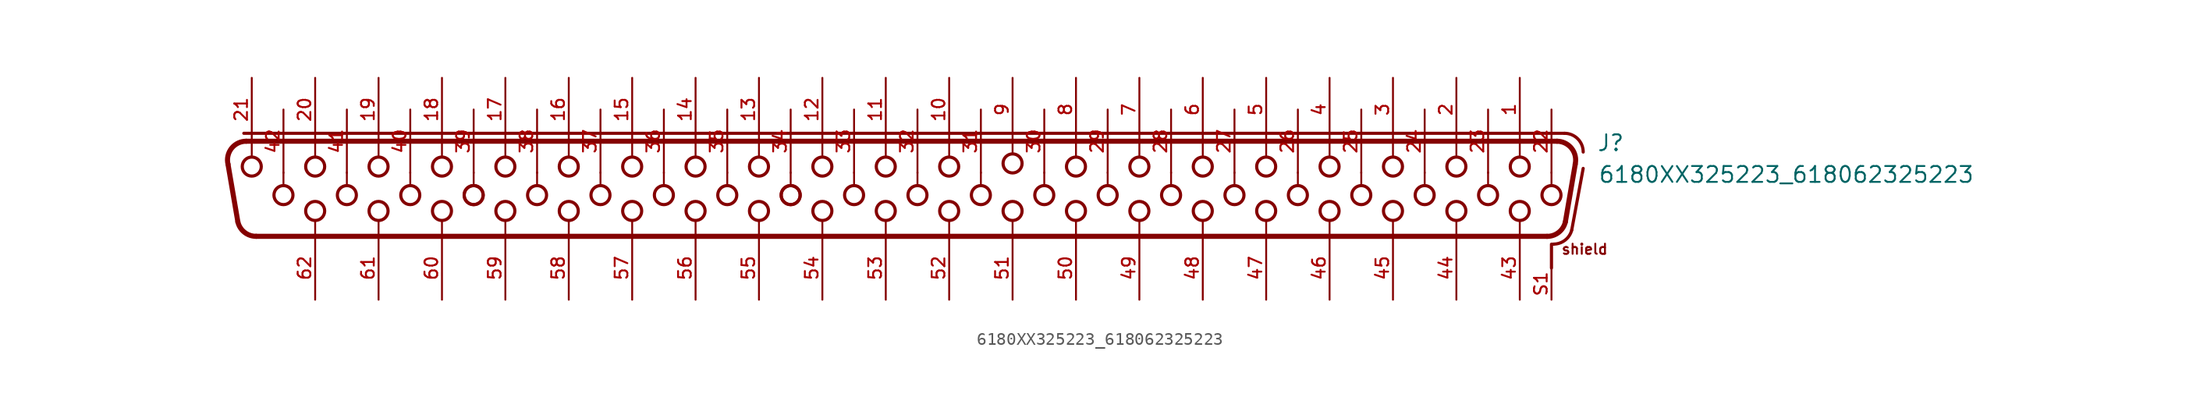
<source format=kicad_sym>
(kicad_symbol_lib
  (version 20241209)
  (generator "kicad_symbol_editor")
  (generator_version "9.0")
  (symbol "6180XX325223_618062325223"
    (pin_names
      (offset 1.016))
    (property "Reference" "J"
      (at 56.96 1.66 0)
      (effects (font (size 1.27 1.27)) (justify left bottom)))
    (property "Value" "6180XX325223_618062325223"
      (at 57.06 -0.88 0)
      (effects (font (size 1.27 1.27)) (justify left bottom)))
    (symbol "6180XX325223_618062325223_0_0"
      (polyline (pts (xy -51.913 -3.925) (xy -52.704 0.695)) (stroke (width 0.406) (type default)) (fill (type none)))
      (polyline (pts (xy -51.435 3.175) (xy 54.38 3.175)) (stroke (width 0.254) (type default)) (fill (type none)))
      (polyline (pts (xy -51.244 2.54) (xy 53.784 2.54)) (stroke (width 0.406) (type default)) (fill (type none)))
      (arc (start -52.7042 0.6952) (mid -52.4206 1.9708) (end -51.2444 2.54) (stroke (width 0.4064) (type default)) (fill (type none)))
      (polyline (pts (xy -50.8 2.58) (xy -50.8 1.3)) (stroke (width 0.152) (type default)) (fill (type none)))
      (circle (center -50.8 0.508) (radius 0.762) (stroke (width 0.254) (type default)) (fill (type none)))
      (arc (start -50.4531 -5.08) (mid -51.3839 -4.7562) (end -51.9129 -3.9248) (stroke (width 0.4064) (type default)) (fill (type none)))
      (polyline (pts (xy -48.26 0.04) (xy -48.26 -1.04)) (stroke (width 0.152) (type default)) (fill (type none)))
      (circle (center -48.26 -1.778) (radius 0.762) (stroke (width 0.254) (type default)) (fill (type none)))
      (polyline (pts (xy -45.72 2.58) (xy -45.72 1.3)) (stroke (width 0.152) (type default)) (fill (type none)))
      (circle (center -45.72 0.508) (radius 0.762) (stroke (width 0.254) (type default)) (fill (type none)))
      (circle (center -45.72 -3.048) (radius 0.762) (stroke (width 0.254) (type default)) (fill (type none)))
      (polyline (pts (xy -45.72 -5.12) (xy -45.72 -3.84)) (stroke (width 0.152) (type default)) (fill (type none)))
      (polyline (pts (xy -43.18 0.04) (xy -43.18 -1.04)) (stroke (width 0.152) (type default)) (fill (type none)))
      (circle (center -43.18 -1.778) (radius 0.762) (stroke (width 0.254) (type default)) (fill (type none)))
      (polyline (pts (xy -40.64 2.58) (xy -40.64 1.3)) (stroke (width 0.152) (type default)) (fill (type none)))
      (circle (center -40.64 0.508) (radius 0.762) (stroke (width 0.254) (type default)) (fill (type none)))
      (circle (center -40.64 -3.048) (radius 0.762) (stroke (width 0.254) (type default)) (fill (type none)))
      (polyline (pts (xy -40.64 -5.12) (xy -40.64 -3.84)) (stroke (width 0.152) (type default)) (fill (type none)))
      (polyline (pts (xy -38.1 0.04) (xy -38.1 -1.04)) (stroke (width 0.152) (type default)) (fill (type none)))
      (circle (center -38.1 -1.778) (radius 0.762) (stroke (width 0.254) (type default)) (fill (type none)))
      (polyline (pts (xy -35.56 2.58) (xy -35.56 1.3)) (stroke (width 0.152) (type default)) (fill (type none)))
      (circle (center -35.56 0.508) (radius 0.762) (stroke (width 0.254) (type default)) (fill (type none)))
      (circle (center -35.56 -3.048) (radius 0.762) (stroke (width 0.254) (type default)) (fill (type none)))
      (polyline (pts (xy -35.56 -5.12) (xy -35.56 -3.84)) (stroke (width 0.152) (type default)) (fill (type none)))
      (polyline (pts (xy -33.02 0.04) (xy -33.02 -1.04)) (stroke (width 0.152) (type default)) (fill (type none)))
      (circle (center -33.02 -1.778) (radius 0.762) (stroke (width 0.254) (type default)) (fill (type none)))
      (circle (center -33.02 -1.778) (radius 0.762) (stroke (width 0.254) (type default)) (fill (type none)))
      (polyline (pts (xy -30.48 2.58) (xy -30.48 1.3)) (stroke (width 0.152) (type default)) (fill (type none)))
      (circle (center -30.48 0.508) (radius 0.762) (stroke (width 0.254) (type default)) (fill (type none)))
      (circle (center -30.48 -3.048) (radius 0.762) (stroke (width 0.254) (type default)) (fill (type none)))
      (polyline (pts (xy -30.48 -5.12) (xy -30.48 -3.84)) (stroke (width 0.152) (type default)) (fill (type none)))
      (polyline (pts (xy -27.94 0.04) (xy -27.94 -1.04)) (stroke (width 0.152) (type default)) (fill (type none)))
      (circle (center -27.94 -1.778) (radius 0.762) (stroke (width 0.254) (type default)) (fill (type none)))
      (polyline (pts (xy -25.4 2.58) (xy -25.4 1.3)) (stroke (width 0.152) (type default)) (fill (type none)))
      (circle (center -25.4 0.508) (radius 0.762) (stroke (width 0.254) (type default)) (fill (type none)))
      (circle (center -25.4 -3.048) (radius 0.762) (stroke (width 0.254) (type default)) (fill (type none)))
      (polyline (pts (xy -25.4 -5.12) (xy -25.4 -3.84)) (stroke (width 0.152) (type default)) (fill (type none)))
      (polyline (pts (xy -22.86 0.04) (xy -22.86 -1.04)) (stroke (width 0.152) (type default)) (fill (type none)))
      (circle (center -22.86 -1.778) (radius 0.762) (stroke (width 0.254) (type default)) (fill (type none)))
      (polyline (pts (xy -20.32 2.58) (xy -20.32 1.3)) (stroke (width 0.152) (type default)) (fill (type none)))
      (circle (center -20.32 0.508) (radius 0.762) (stroke (width 0.254) (type default)) (fill (type none)))
      (circle (center -20.32 -3.048) (radius 0.762) (stroke (width 0.254) (type default)) (fill (type none)))
      (polyline (pts (xy -20.32 -5.12) (xy -20.32 -3.84)) (stroke (width 0.152) (type default)) (fill (type none)))
      (polyline (pts (xy -17.78 0.04) (xy -17.78 -1.04)) (stroke (width 0.152) (type default)) (fill (type none)))
      (circle (center -17.78 -1.778) (radius 0.762) (stroke (width 0.254) (type default)) (fill (type none)))
      (polyline (pts (xy -15.24 2.58) (xy -15.24 1.3)) (stroke (width 0.152) (type default)) (fill (type none)))
      (circle (center -15.24 0.508) (radius 0.762) (stroke (width 0.254) (type default)) (fill (type none)))
      (circle (center -15.24 -3.048) (radius 0.762) (stroke (width 0.254) (type default)) (fill (type none)))
      (polyline (pts (xy -15.24 -5.12) (xy -15.24 -3.84)) (stroke (width 0.152) (type default)) (fill (type none)))
      (polyline (pts (xy -12.7 0.04) (xy -12.7 -1.04)) (stroke (width 0.152) (type default)) (fill (type none)))
      (circle (center -12.7 -1.778) (radius 0.762) (stroke (width 0.254) (type default)) (fill (type none)))
      (polyline (pts (xy -10.16 2.58) (xy -10.16 1.3)) (stroke (width 0.152) (type default)) (fill (type none)))
      (circle (center -10.16 0.508) (radius 0.762) (stroke (width 0.254) (type default)) (fill (type none)))
      (circle (center -10.16 -3.048) (radius 0.762) (stroke (width 0.254) (type default)) (fill (type none)))
      (polyline (pts (xy -10.16 -5.12) (xy -10.16 -3.84)) (stroke (width 0.152) (type default)) (fill (type none)))
      (polyline (pts (xy -7.62 0.04) (xy -7.62 -1.04)) (stroke (width 0.152) (type default)) (fill (type none)))
      (circle (center -7.62 -1.778) (radius 0.762) (stroke (width 0.254) (type default)) (fill (type none)))
      (circle (center -7.62 -1.778) (radius 0.762) (stroke (width 0.254) (type default)) (fill (type none)))
      (polyline (pts (xy -5.08 2.58) (xy -5.08 1.3)) (stroke (width 0.152) (type default)) (fill (type none)))
      (circle (center -5.08 0.508) (radius 0.762) (stroke (width 0.254) (type default)) (fill (type none)))
      (circle (center -5.08 -3.048) (radius 0.762) (stroke (width 0.254) (type default)) (fill (type none)))
      (polyline (pts (xy -5.08 -5.12) (xy -5.08 -3.84)) (stroke (width 0.152) (type default)) (fill (type none)))
      (polyline (pts (xy -2.54 0.04) (xy -2.54 -1.04)) (stroke (width 0.152) (type default)) (fill (type none)))
      (circle (center -2.54 -1.778) (radius 0.762) (stroke (width 0.254) (type default)) (fill (type none)))
      (polyline (pts (xy 0 2.58) (xy 0 1.3)) (stroke (width 0.152) (type default)) (fill (type none)))
      (circle (center 0 0.508) (radius 0.762) (stroke (width 0.254) (type default)) (fill (type none)))
      (circle (center 0 -3.048) (radius 0.762) (stroke (width 0.254) (type default)) (fill (type none)))
      (polyline (pts (xy 0 -5.12) (xy 0 -3.84)) (stroke (width 0.152) (type default)) (fill (type none)))
      (polyline (pts (xy 2.54 0.04) (xy 2.54 -1.04)) (stroke (width 0.152) (type default)) (fill (type none)))
      (circle (center 2.54 -1.778) (radius 0.762) (stroke (width 0.254) (type default)) (fill (type none)))
      (polyline (pts (xy 5.08 2.58) (xy 5.08 1.3)) (stroke (width 0.152) (type default)) (fill (type none)))
      (circle (center 5.08 0.508) (radius 0.762) (stroke (width 0.254) (type default)) (fill (type none)))
      (circle (center 5.08 -3.048) (radius 0.762) (stroke (width 0.254) (type default)) (fill (type none)))
      (polyline (pts (xy 5.08 -5.12) (xy 5.08 -3.84)) (stroke (width 0.152) (type default)) (fill (type none)))
      (polyline (pts (xy 7.62 0.04) (xy 7.62 -1.04)) (stroke (width 0.152) (type default)) (fill (type none)))
      (circle (center 7.62 -1.778) (radius 0.762) (stroke (width 0.254) (type default)) (fill (type none)))
      (polyline (pts (xy 10.16 2.58) (xy 10.16 1.5)) (stroke (width 0.152) (type default)) (fill (type none)))
      (circle (center 10.16 0.762) (radius 0.762) (stroke (width 0.254) (type default)) (fill (type none)))
      (circle (center 10.16 -3.048) (radius 0.762) (stroke (width 0.254) (type default)) (fill (type none)))
      (polyline (pts (xy 10.16 -5.12) (xy 10.16 -3.84)) (stroke (width 0.152) (type default)) (fill (type none)))
      (polyline (pts (xy 12.7 0.04) (xy 12.7 -1.04)) (stroke (width 0.152) (type default)) (fill (type none)))
      (circle (center 12.7 -1.778) (radius 0.762) (stroke (width 0.254) (type default)) (fill (type none)))
      (polyline (pts (xy 15.24 2.58) (xy 15.24 1.3)) (stroke (width 0.152) (type default)) (fill (type none)))
      (circle (center 15.24 0.508) (radius 0.762) (stroke (width 0.254) (type default)) (fill (type none)))
      (circle (center 15.24 -3.048) (radius 0.762) (stroke (width 0.254) (type default)) (fill (type none)))
      (polyline (pts (xy 15.24 -5.12) (xy 15.24 -3.84)) (stroke (width 0.152) (type default)) (fill (type none)))
      (polyline (pts (xy 17.78 0.04) (xy 17.78 -1.04)) (stroke (width 0.152) (type default)) (fill (type none)))
      (circle (center 17.78 -1.778) (radius 0.762) (stroke (width 0.254) (type default)) (fill (type none)))
      (polyline (pts (xy 20.32 2.58) (xy 20.32 1.3)) (stroke (width 0.152) (type default)) (fill (type none)))
      (circle (center 20.32 0.508) (radius 0.762) (stroke (width 0.254) (type default)) (fill (type none)))
      (circle (center 20.32 -3.048) (radius 0.762) (stroke (width 0.254) (type default)) (fill (type none)))
      (polyline (pts (xy 20.32 -5.12) (xy 20.32 -3.84)) (stroke (width 0.152) (type default)) (fill (type none)))
      (polyline (pts (xy 22.86 0.04) (xy 22.86 -1.04)) (stroke (width 0.152) (type default)) (fill (type none)))
      (circle (center 22.86 -1.778) (radius 0.762) (stroke (width 0.254) (type default)) (fill (type none)))
      (polyline (pts (xy 25.4 2.58) (xy 25.4 1.3)) (stroke (width 0.152) (type default)) (fill (type none)))
      (circle (center 25.4 0.508) (radius 0.762) (stroke (width 0.254) (type default)) (fill (type none)))
      (circle (center 25.4 -3.048) (radius 0.762) (stroke (width 0.254) (type default)) (fill (type none)))
      (polyline (pts (xy 25.4 -5.12) (xy 25.4 -3.84)) (stroke (width 0.152) (type default)) (fill (type none)))
      (polyline (pts (xy 27.94 0.04) (xy 27.94 -1.04)) (stroke (width 0.152) (type default)) (fill (type none)))
      (circle (center 27.94 -1.778) (radius 0.762) (stroke (width 0.254) (type default)) (fill (type none)))
      (polyline (pts (xy 30.48 2.58) (xy 30.48 1.3)) (stroke (width 0.152) (type default)) (fill (type none)))
      (circle (center 30.48 0.508) (radius 0.762) (stroke (width 0.254) (type default)) (fill (type none)))
      (circle (center 30.48 -3.048) (radius 0.762) (stroke (width 0.254) (type default)) (fill (type none)))
      (polyline (pts (xy 30.48 -5.12) (xy 30.48 -3.84)) (stroke (width 0.152) (type default)) (fill (type none)))
      (polyline (pts (xy 33.02 0.04) (xy 33.02 -1.04)) (stroke (width 0.152) (type default)) (fill (type none)))
      (circle (center 33.02 -1.778) (radius 0.762) (stroke (width 0.254) (type default)) (fill (type none)))
      (polyline (pts (xy 35.56 2.58) (xy 35.56 1.3)) (stroke (width 0.152) (type default)) (fill (type none)))
      (circle (center 35.56 0.508) (radius 0.762) (stroke (width 0.254) (type default)) (fill (type none)))
      (circle (center 35.56 -3.048) (radius 0.762) (stroke (width 0.254) (type default)) (fill (type none)))
      (polyline (pts (xy 35.56 -5.12) (xy 35.56 -3.84)) (stroke (width 0.152) (type default)) (fill (type none)))
      (polyline (pts (xy 38.1 0.04) (xy 38.1 -1.04)) (stroke (width 0.152) (type default)) (fill (type none)))
      (circle (center 38.1 -1.778) (radius 0.762) (stroke (width 0.254) (type default)) (fill (type none)))
      (polyline (pts (xy 40.64 2.58) (xy 40.64 1.3)) (stroke (width 0.152) (type default)) (fill (type none)))
      (circle (center 40.64 0.508) (radius 0.762) (stroke (width 0.254) (type default)) (fill (type none)))
      (circle (center 40.64 -3.048) (radius 0.762) (stroke (width 0.254) (type default)) (fill (type none)))
      (polyline (pts (xy 40.64 -5.12) (xy 40.64 -3.84)) (stroke (width 0.152) (type default)) (fill (type none)))
      (polyline (pts (xy 43.18 0.04) (xy 43.18 -1.04)) (stroke (width 0.152) (type default)) (fill (type none)))
      (circle (center 43.18 -1.778) (radius 0.762) (stroke (width 0.254) (type default)) (fill (type none)))
      (polyline (pts (xy 45.72 2.58) (xy 45.72 1.3)) (stroke (width 0.152) (type default)) (fill (type none)))
      (circle (center 45.72 0.508) (radius 0.762) (stroke (width 0.254) (type default)) (fill (type none)))
      (circle (center 45.72 -3.048) (radius 0.762) (stroke (width 0.254) (type default)) (fill (type none)))
      (polyline (pts (xy 45.72 -5.12) (xy 45.72 -3.84)) (stroke (width 0.152) (type default)) (fill (type none)))
      (polyline (pts (xy 48.26 0.04) (xy 48.26 -1.04)) (stroke (width 0.152) (type default)) (fill (type none)))
      (circle (center 48.26 -1.778) (radius 0.762) (stroke (width 0.254) (type default)) (fill (type none)))
      (polyline (pts (xy 50.8 2.58) (xy 50.8 1.3)) (stroke (width 0.152) (type default)) (fill (type none)))
      (circle (center 50.8 0.508) (radius 0.762) (stroke (width 0.254) (type default)) (fill (type none)))
      (circle (center 50.8 -3.048) (radius 0.762) (stroke (width 0.254) (type default)) (fill (type none)))
      (polyline (pts (xy 50.8 -5.12) (xy 50.8 -3.84)) (stroke (width 0.152) (type default)) (fill (type none)))
      (polyline (pts (xy 52.993 -5.08) (xy -50.453 -5.08)) (stroke (width 0.406) (type default)) (fill (type none)))
      (arc (start 54.4529 -3.9248) (mid 53.9242 -4.7574) (end 52.9931 -5.08) (stroke (width 0.4064) (type default)) (fill (type none)))
      (polyline (pts (xy 53.34 0.04) (xy 53.34 -1.04)) (stroke (width 0.152) (type default)) (fill (type none)))
      (circle (center 53.34 -1.778) (radius 0.762) (stroke (width 0.254) (type default)) (fill (type none)))
      (polyline (pts (xy 53.34 -5.715) (xy 53.34 -7.62)) (stroke (width 0.254) (type default)) (fill (type none)))
      (polyline (pts (xy 53.38 -5.71) (xy 53.509 -5.71)) (stroke (width 0.254) (type default)) (fill (type none)))
      (arc (start 54.9641 -4.5738) (mid 54.4319 -5.3919) (end 53.5088 -5.71) (stroke (width 0.254) (type default)) (fill (type none)))
      (arc (start 53.7844 2.54) (mid 54.9573 1.9695) (end 55.2442 0.6952) (stroke (width 0.4064) (type default)) (fill (type none)))
      (arc (start 54.38 3.175) (mid 55.4407 2.7357) (end 55.88 1.675) (stroke (width 0.254) (type default)) (fill (type none)))
      (polyline (pts (xy 54.964 -4.574) (xy 55.88 0.36)) (stroke (width 0.254) (type default)) (fill (type none)))
      (polyline (pts (xy 55.244 0.695) (xy 54.453 -3.925)) (stroke (width 0.406) (type default)) (fill (type none)))
      (text "shield" (at 54.08 -6.59 0) (effects (font (size 0.813 0.813)) (justify left bottom)))
      (pin bidirectional line (at -50.8 7.62 270) (length 5.08) (name "~" (effects (font (size 1.016 1.016)))) (number "21" (effects (font (size 1.016 1.016)))))
      (pin bidirectional line (at -48.26 5.08 270) (length 5.08) (name "~" (effects (font (size 1.016 1.016)))) (number "42" (effects (font (size 1.016 1.016)))))
      (pin bidirectional line (at -45.72 7.62 270) (length 5.08) (name "~" (effects (font (size 1.016 1.016)))) (number "20" (effects (font (size 1.016 1.016)))))
      (pin bidirectional line (at -45.72 -10.16 90) (length 5.08) (name "~" (effects (font (size 1.016 1.016)))) (number "62" (effects (font (size 1.016 1.016)))))
      (pin bidirectional line (at -43.18 5.08 270) (length 5.08) (name "~" (effects (font (size 1.016 1.016)))) (number "41" (effects (font (size 1.016 1.016)))))
      (pin bidirectional line (at -40.64 7.62 270) (length 5.08) (name "~" (effects (font (size 1.016 1.016)))) (number "19" (effects (font (size 1.016 1.016)))))
      (pin bidirectional line (at -40.64 -10.16 90) (length 5.08) (name "~" (effects (font (size 1.016 1.016)))) (number "61" (effects (font (size 1.016 1.016)))))
      (pin bidirectional line (at -38.1 5.08 270) (length 5.08) (name "~" (effects (font (size 1.016 1.016)))) (number "40" (effects (font (size 1.016 1.016)))))
      (pin bidirectional line (at -35.56 7.62 270) (length 5.08) (name "~" (effects (font (size 1.016 1.016)))) (number "18" (effects (font (size 1.016 1.016)))))
      (pin bidirectional line (at -35.56 -10.16 90) (length 5.08) (name "~" (effects (font (size 1.016 1.016)))) (number "60" (effects (font (size 1.016 1.016)))))
      (pin bidirectional line (at -33.02 5.08 270) (length 5.08) (name "~" (effects (font (size 1.016 1.016)))) (number "39" (effects (font (size 1.016 1.016)))))
      (pin bidirectional line (at -30.48 7.62 270) (length 5.08) (name "~" (effects (font (size 1.016 1.016)))) (number "17" (effects (font (size 1.016 1.016)))))
      (pin bidirectional line (at -30.48 -10.16 90) (length 5.08) (name "~" (effects (font (size 1.016 1.016)))) (number "59" (effects (font (size 1.016 1.016)))))
      (pin bidirectional line (at -27.94 5.08 270) (length 5.08) (name "~" (effects (font (size 1.016 1.016)))) (number "38" (effects (font (size 1.016 1.016)))))
      (pin bidirectional line (at -25.4 7.62 270) (length 5.08) (name "~" (effects (font (size 1.016 1.016)))) (number "16" (effects (font (size 1.016 1.016)))))
      (pin bidirectional line (at -25.4 -10.16 90) (length 5.08) (name "~" (effects (font (size 1.016 1.016)))) (number "58" (effects (font (size 1.016 1.016)))))
      (pin bidirectional line (at -22.86 5.08 270) (length 5.08) (name "~" (effects (font (size 1.016 1.016)))) (number "37" (effects (font (size 1.016 1.016)))))
      (pin bidirectional line (at -20.32 7.62 270) (length 5.08) (name "~" (effects (font (size 1.016 1.016)))) (number "15" (effects (font (size 1.016 1.016)))))
      (pin bidirectional line (at -20.32 -10.16 90) (length 5.08) (name "~" (effects (font (size 1.016 1.016)))) (number "57" (effects (font (size 1.016 1.016)))))
      (pin bidirectional line (at -17.78 5.08 270) (length 5.08) (name "~" (effects (font (size 1.016 1.016)))) (number "36" (effects (font (size 1.016 1.016)))))
      (pin bidirectional line (at -15.24 7.62 270) (length 5.08) (name "~" (effects (font (size 1.016 1.016)))) (number "14" (effects (font (size 1.016 1.016)))))
      (pin bidirectional line (at -15.24 -10.16 90) (length 5.08) (name "~" (effects (font (size 1.016 1.016)))) (number "56" (effects (font (size 1.016 1.016)))))
      (pin bidirectional line (at -12.7 5.08 270) (length 5.08) (name "~" (effects (font (size 1.016 1.016)))) (number "35" (effects (font (size 1.016 1.016)))))
      (pin bidirectional line (at -10.16 7.62 270) (length 5.08) (name "~" (effects (font (size 1.016 1.016)))) (number "13" (effects (font (size 1.016 1.016)))))
      (pin bidirectional line (at -10.16 -10.16 90) (length 5.08) (name "~" (effects (font (size 1.016 1.016)))) (number "55" (effects (font (size 1.016 1.016)))))
      (pin bidirectional line (at -7.62 5.08 270) (length 5.08) (name "~" (effects (font (size 1.016 1.016)))) (number "34" (effects (font (size 1.016 1.016)))))
      (pin bidirectional line (at -5.08 7.62 270) (length 5.08) (name "~" (effects (font (size 1.016 1.016)))) (number "12" (effects (font (size 1.016 1.016)))))
      (pin bidirectional line (at -5.08 -10.16 90) (length 5.08) (name "~" (effects (font (size 1.016 1.016)))) (number "54" (effects (font (size 1.016 1.016)))))
      (pin bidirectional line (at -2.54 5.08 270) (length 5.08) (name "~" (effects (font (size 1.016 1.016)))) (number "33" (effects (font (size 1.016 1.016)))))
      (pin bidirectional line (at 0 7.62 270) (length 5.08) (name "~" (effects (font (size 1.016 1.016)))) (number "11" (effects (font (size 1.016 1.016)))))
      (pin bidirectional line (at 0 -10.16 90) (length 5.08) (name "~" (effects (font (size 1.016 1.016)))) (number "53" (effects (font (size 1.016 1.016)))))
      (pin bidirectional line (at 2.54 5.08 270) (length 5.08) (name "~" (effects (font (size 1.016 1.016)))) (number "32" (effects (font (size 1.016 1.016)))))
      (pin bidirectional line (at 5.08 7.62 270) (length 5.08) (name "~" (effects (font (size 1.016 1.016)))) (number "10" (effects (font (size 1.016 1.016)))))
      (pin bidirectional line (at 5.08 -10.16 90) (length 5.08) (name "~" (effects (font (size 1.016 1.016)))) (number "52" (effects (font (size 1.016 1.016)))))
      (pin bidirectional line (at 7.62 5.08 270) (length 5.08) (name "~" (effects (font (size 1.016 1.016)))) (number "31" (effects (font (size 1.016 1.016)))))
      (pin bidirectional line (at 10.16 7.62 270) (length 5.08) (name "~" (effects (font (size 1.016 1.016)))) (number "9" (effects (font (size 1.016 1.016)))))
      (pin bidirectional line (at 10.16 -10.16 90) (length 5.08) (name "~" (effects (font (size 1.016 1.016)))) (number "51" (effects (font (size 1.016 1.016)))))
      (pin bidirectional line (at 12.7 5.08 270) (length 5.08) (name "~" (effects (font (size 1.016 1.016)))) (number "30" (effects (font (size 1.016 1.016)))))
      (pin bidirectional line (at 15.24 7.62 270) (length 5.08) (name "~" (effects (font (size 1.016 1.016)))) (number "8" (effects (font (size 1.016 1.016)))))
      (pin bidirectional line (at 15.24 -10.16 90) (length 5.08) (name "~" (effects (font (size 1.016 1.016)))) (number "50" (effects (font (size 1.016 1.016)))))
      (pin bidirectional line (at 17.78 5.08 270) (length 5.08) (name "~" (effects (font (size 1.016 1.016)))) (number "29" (effects (font (size 1.016 1.016)))))
      (pin bidirectional line (at 20.32 7.62 270) (length 5.08) (name "~" (effects (font (size 1.016 1.016)))) (number "7" (effects (font (size 1.016 1.016)))))
      (pin bidirectional line (at 20.32 -10.16 90) (length 5.08) (name "~" (effects (font (size 1.016 1.016)))) (number "49" (effects (font (size 1.016 1.016)))))
      (pin bidirectional line (at 22.86 5.08 270) (length 5.08) (name "~" (effects (font (size 1.016 1.016)))) (number "28" (effects (font (size 1.016 1.016)))))
      (pin bidirectional line (at 25.4 7.62 270) (length 5.08) (name "~" (effects (font (size 1.016 1.016)))) (number "6" (effects (font (size 1.016 1.016)))))
      (pin bidirectional line (at 25.4 -10.16 90) (length 5.08) (name "~" (effects (font (size 1.016 1.016)))) (number "48" (effects (font (size 1.016 1.016)))))
      (pin bidirectional line (at 27.94 5.08 270) (length 5.08) (name "~" (effects (font (size 1.016 1.016)))) (number "27" (effects (font (size 1.016 1.016)))))
      (pin bidirectional line (at 30.48 7.62 270) (length 5.08) (name "~" (effects (font (size 1.016 1.016)))) (number "5" (effects (font (size 1.016 1.016)))))
      (pin bidirectional line (at 30.48 -10.16 90) (length 5.08) (name "~" (effects (font (size 1.016 1.016)))) (number "47" (effects (font (size 1.016 1.016)))))
      (pin bidirectional line (at 33.02 5.08 270) (length 5.08) (name "~" (effects (font (size 1.016 1.016)))) (number "26" (effects (font (size 1.016 1.016)))))
      (pin bidirectional line (at 35.56 7.62 270) (length 5.08) (name "~" (effects (font (size 1.016 1.016)))) (number "4" (effects (font (size 1.016 1.016)))))
      (pin bidirectional line (at 35.56 -10.16 90) (length 5.08) (name "~" (effects (font (size 1.016 1.016)))) (number "46" (effects (font (size 1.016 1.016)))))
      (pin bidirectional line (at 38.1 5.08 270) (length 5.08) (name "~" (effects (font (size 1.016 1.016)))) (number "25" (effects (font (size 1.016 1.016)))))
      (pin bidirectional line (at 40.64 7.62 270) (length 5.08) (name "~" (effects (font (size 1.016 1.016)))) (number "3" (effects (font (size 1.016 1.016)))))
      (pin bidirectional line (at 40.64 -10.16 90) (length 5.08) (name "~" (effects (font (size 1.016 1.016)))) (number "45" (effects (font (size 1.016 1.016)))))
      (pin bidirectional line (at 43.18 5.08 270) (length 5.08) (name "~" (effects (font (size 1.016 1.016)))) (number "24" (effects (font (size 1.016 1.016)))))
      (pin bidirectional line (at 45.72 7.62 270) (length 5.08) (name "~" (effects (font (size 1.016 1.016)))) (number "2" (effects (font (size 1.016 1.016)))))
      (pin bidirectional line (at 45.72 -10.16 90) (length 5.08) (name "~" (effects (font (size 1.016 1.016)))) (number "44" (effects (font (size 1.016 1.016)))))
      (pin bidirectional line (at 48.26 5.08 270) (length 5.08) (name "~" (effects (font (size 1.016 1.016)))) (number "23" (effects (font (size 1.016 1.016)))))
      (pin bidirectional line (at 50.8 7.62 270) (length 5.08) (name "~" (effects (font (size 1.016 1.016)))) (number "1" (effects (font (size 1.016 1.016)))))
      (pin bidirectional line (at 50.8 -10.16 90) (length 5.08) (name "~" (effects (font (size 1.016 1.016)))) (number "43" (effects (font (size 1.016 1.016)))))
      (pin bidirectional line (at 53.34 5.08 270) (length 5.08) (name "~" (effects (font (size 1.016 1.016)))) (number "22" (effects (font (size 1.016 1.016)))))
      (pin bidirectional line (at 53.34 -10.16 90) (length 2.54) (name "~" (effects (font (size 1.016 1.016)))) (number "S1" (effects (font (size 1.016 1.016))))))))
</source>
